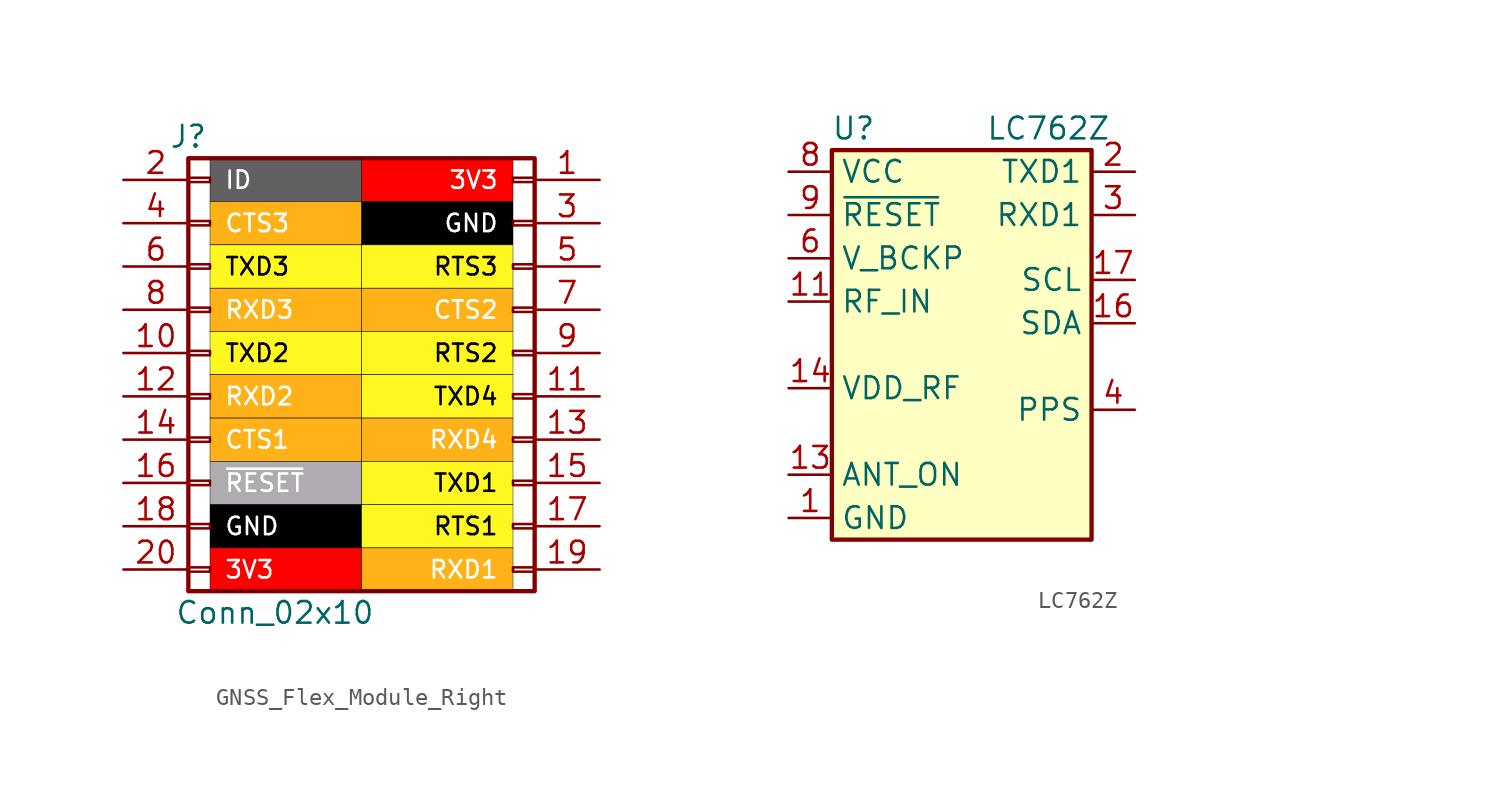
<source format=kicad_sym>
(kicad_symbol_lib
  (version 20241209)
  (generator "kicad_symbol_editor")
  (generator_version "9.0")
  (symbol "GNSS_Flex_Module_Right"
    (pin_names
      (offset 1.016)
      (hide yes))
    (property "Reference" "J"
      (at -10.16 12.7 0)
      (effects (font (size 1.27 1.27))))
    (property "Value" "Conn_02x10"
      (at -5.08 -15.24 0)
      (effects (font (size 1.27 1.27))))
    (symbol "GNSS_Flex_Module_Right_1_1"
      (rectangle (start -10.16 11.43) (end 10.16 -13.97) (stroke (width 0.254) (type default)) (fill (type none)))
      (rectangle (start -10.16 10.287) (end -8.89 10.033) (stroke (width 0.152) (type default)) (fill (type none)))
      (rectangle (start -10.16 7.747) (end -8.89 7.493) (stroke (width 0.152) (type default)) (fill (type none)))
      (rectangle (start -10.16 5.207) (end -8.89 4.953) (stroke (width 0.152) (type default)) (fill (type none)))
      (rectangle (start -10.16 2.667) (end -8.89 2.413) (stroke (width 0.152) (type default)) (fill (type none)))
      (rectangle (start -10.16 0.127) (end -8.89 -0.127) (stroke (width 0.152) (type default)) (fill (type none)))
      (rectangle (start -10.16 -2.413) (end -8.89 -2.667) (stroke (width 0.152) (type default)) (fill (type none)))
      (rectangle (start -10.16 -4.953) (end -8.89 -5.207) (stroke (width 0.152) (type default)) (fill (type none)))
      (rectangle (start -10.16 -7.493) (end -8.89 -7.747) (stroke (width 0.152) (type default)) (fill (type none)))
      (rectangle (start -10.16 -10.033) (end -8.89 -10.287) (stroke (width 0.152) (type default)) (fill (type none)))
      (rectangle (start -10.16 -12.573) (end -8.89 -12.827) (stroke (width 0.152) (type default)) (fill (type none)))
      (rectangle (start 8.89 10.287) (end 10.16 10.033) (stroke (width 0.152) (type default)) (fill (type none)))
      (rectangle (start 8.89 7.747) (end 10.16 7.493) (stroke (width 0.152) (type default)) (fill (type none)))
      (rectangle (start 8.89 5.207) (end 10.16 4.953) (stroke (width 0.152) (type default)) (fill (type none)))
      (rectangle (start 8.89 2.667) (end 10.16 2.413) (stroke (width 0.152) (type default)) (fill (type none)))
      (rectangle (start 8.89 0.127) (end 10.16 -0.127) (stroke (width 0.152) (type default)) (fill (type none)))
      (rectangle (start 8.89 -2.413) (end 10.16 -2.667) (stroke (width 0.152) (type default)) (fill (type none)))
      (rectangle (start 8.89 -4.953) (end 10.16 -5.207) (stroke (width 0.152) (type default)) (fill (type none)))
      (rectangle (start 8.89 -7.493) (end 10.16 -7.747) (stroke (width 0.152) (type default)) (fill (type none)))
      (rectangle (start 8.89 -10.033) (end 10.16 -10.287) (stroke (width 0.152) (type default)) (fill (type none)))
      (rectangle (start 8.89 -12.573) (end 10.16 -12.827) (stroke (width 0.152) (type default)) (fill (type none)))
      (text_box "ID" (at -8.89 11.43 0) (size 8.89 -2.54) (margins 0.813 0.813 0.813 0.813) (stroke (width 0.025) (type default) (color 0 0 1 1)) (fill (type color) (color 99 96 99 1)) (effects (font (size 1.016 1.016) (color 255 255 255 1)) (justify left)))
      (text_box "CTS3" (at -8.89 8.89 0) (size 8.89 -2.54) (margins 0.813 0.813 0.813 0.813) (stroke (width 0.025) (type default) (color 0 0 1 1)) (fill (type color) (color 255 178 23 1)) (effects (font (size 1.016 1.016) (color 255 255 255 1)) (justify left)))
      (text_box "TXD3" (at -8.89 6.35 0) (size 8.89 -2.54) (margins 0.813 0.813 0.813 0.813) (stroke (width 0.025) (type default) (color 0 0 1 1)) (fill (type color) (color 255 248 32 1)) (effects (font (size 1.016 1.016) (color 0 0 0 1)) (justify left)))
      (text_box "RXD3" (at -8.89 3.81 0) (size 8.89 -2.54) (margins 0.813 0.813 0.813 0.813) (stroke (width 0.025) (type default) (color 0 0 1 1)) (fill (type color) (color 255 178 23 1)) (effects (font (size 1.016 1.016) (color 255 255 255 1)) (justify left)))
      (text_box "TXD2" (at -8.89 1.27 0) (size 8.89 -2.54) (margins 0.813 0.813 0.813 0.813) (stroke (width 0.025) (type default) (color 0 0 1 1)) (fill (type color) (color 255 248 32 1)) (effects (font (size 1.016 1.016) (color 0 0 0 1)) (justify left)))
      (text_box "RXD2" (at -8.89 -1.27 0) (size 8.89 -2.54) (margins 0.813 0.813 0.813 0.813) (stroke (width 0.025) (type default) (color 0 0 1 1)) (fill (type color) (color 255 178 23 1)) (effects (font (size 1.016 1.016) (color 255 255 255 1)) (justify left)))
      (text_box "CTS1" (at -8.89 -3.81 0) (size 8.89 -2.54) (margins 0.813 0.813 0.813 0.813) (stroke (width 0.025) (type default) (color 0 0 1 1)) (fill (type color) (color 255 178 23 1)) (effects (font (size 1.016 1.016) (color 255 255 255 1)) (justify left)))
      (text_box "~{RESET}" (at -8.89 -6.35 0) (size 8.89 -2.54) (margins 0.813 0.813 0.813 0.813) (stroke (width 0.025) (type default) (color 0 0 1 1)) (fill (type color) (color 176 171 176 1)) (effects (font (size 1.016 1.016) (color 255 255 255 1)) (justify left)))
      (text_box "GND" (at -8.89 -8.89 0) (size 8.89 -2.54) (margins 0.813 0.813 0.813 0.813) (stroke (width 0.025) (type default) (color 0 0 1 1)) (fill (type color) (color 0 0 0 1)) (effects (font (size 1.016 1.016) (color 255 255 255 1)) (justify left)))
      (text_box "3V3" (at -8.89 -11.43 0) (size 8.89 -2.54) (margins 0.813 0.813 0.813 0.813) (stroke (width 0.025) (type default) (color 0 0 1 1)) (fill (type color) (color 255 0 0 1)) (effects (font (size 1.016 1.016) (color 255 255 255 1)) (justify left)))
      (text_box "3V3" (at 0 11.43 0) (size 8.89 -2.54) (margins 0.813 0.813 0.813 0.813) (stroke (width 0.025) (type default) (color 0 0 1 1)) (fill (type color) (color 255 0 0 1)) (effects (font (size 1.016 1.016) (color 255 255 255 1)) (justify right)))
      (text_box "GND" (at 0 8.89 0) (size 8.89 -2.54) (margins 0.813 0.813 0.813 0.813) (stroke (width 0.025) (type default) (color 0 0 1 1)) (fill (type color) (color 0 0 0 1)) (effects (font (size 1.016 1.016) (color 255 255 255 1)) (justify right)))
      (text_box "RTS3" (at 0 6.35 0) (size 8.89 -2.54) (margins 0.813 0.813 0.813 0.813) (stroke (width 0.025) (type default) (color 0 0 1 1)) (fill (type color) (color 255 248 32 1)) (effects (font (size 1.016 1.016) (color 0 0 0 1)) (justify right)))
      (text_box "CTS2" (at 0 3.81 0) (size 8.89 -2.54) (margins 0.813 0.813 0.813 0.813) (stroke (width 0.025) (type default) (color 0 0 1 1)) (fill (type color) (color 255 178 23 1)) (effects (font (size 1.016 1.016) (color 255 255 255 1)) (justify right)))
      (text_box "RTS2" (at 0 1.27 0) (size 8.89 -2.54) (margins 0.813 0.813 0.813 0.813) (stroke (width 0.025) (type default) (color 0 0 1 1)) (fill (type color) (color 255 248 32 1)) (effects (font (size 1.016 1.016) (color 0 0 0 1)) (justify right)))
      (text_box "TXD4" (at 0 -1.27 0) (size 8.89 -2.54) (margins 0.813 0.813 0.813 0.813) (stroke (width 0.025) (type default) (color 0 0 1 1)) (fill (type color) (color 255 248 32 1)) (effects (font (size 1.016 1.016) (color 0 0 0 1)) (justify right)))
      (text_box "RXD4" (at 0 -3.81 0) (size 8.89 -2.54) (margins 0.813 0.813 0.813 0.813) (stroke (width 0.025) (type default) (color 0 0 1 1)) (fill (type color) (color 255 178 23 1)) (effects (font (size 1.016 1.016) (color 255 255 255 1)) (justify right)))
      (text_box "TXD1" (at 0 -6.35 0) (size 8.89 -2.54) (margins 0.813 0.813 0.813 0.813) (stroke (width 0.025) (type default) (color 0 0 1 1)) (fill (type color) (color 255 248 32 1)) (effects (font (size 1.016 1.016) (color 0 0 0 1)) (justify right)))
      (text_box "RTS1" (at 0 -8.89 0) (size 8.89 -2.54) (margins 0.813 0.813 0.813 0.813) (stroke (width 0.025) (type default) (color 0 0 1 1)) (fill (type color) (color 255 248 32 1)) (effects (font (size 1.016 1.016) (color 0 0 0 1)) (justify right)))
      (text_box "RXD1" (at 0 -11.43 0) (size 8.89 -2.54) (margins 0.813 0.813 0.813 0.813) (stroke (width 0.025) (type default) (color 0 0 1 1)) (fill (type color) (color 255 178 23 1)) (effects (font (size 1.016 1.016) (color 255 255 255 1)) (justify right)))
      (pin passive line (at -13.97 10.16 0) (length 3.81) (name "Pin_2" (effects (font (size 1.27 1.27)))) (number "2" (effects (font (size 1.27 1.27)))))
      (pin passive line (at -13.97 7.62 0) (length 3.81) (name "Pin_4" (effects (font (size 1.27 1.27)))) (number "4" (effects (font (size 1.27 1.27)))))
      (pin passive line (at -13.97 5.08 0) (length 3.81) (name "Pin_6" (effects (font (size 1.27 1.27)))) (number "6" (effects (font (size 1.27 1.27)))))
      (pin passive line (at -13.97 2.54 0) (length 3.81) (name "Pin_8" (effects (font (size 1.27 1.27)))) (number "8" (effects (font (size 1.27 1.27)))))
      (pin passive line (at -13.97 0 0) (length 3.81) (name "Pin_10" (effects (font (size 1.27 1.27)))) (number "10" (effects (font (size 1.27 1.27)))))
      (pin passive line (at -13.97 -2.54 0) (length 3.81) (name "Pin_12" (effects (font (size 1.27 1.27)))) (number "12" (effects (font (size 1.27 1.27)))))
      (pin passive line (at -13.97 -5.08 0) (length 3.81) (name "Pin_14" (effects (font (size 1.27 1.27)))) (number "14" (effects (font (size 1.27 1.27)))))
      (pin passive line (at -13.97 -7.62 0) (length 3.81) (name "Pin_16" (effects (font (size 1.27 1.27)))) (number "16" (effects (font (size 1.27 1.27)))))
      (pin passive line (at -13.97 -10.16 0) (length 3.81) (name "Pin_18" (effects (font (size 1.27 1.27)))) (number "18" (effects (font (size 1.27 1.27)))))
      (pin passive line (at -13.97 -12.7 0) (length 3.81) (name "Pin_20" (effects (font (size 1.27 1.27)))) (number "20" (effects (font (size 1.27 1.27)))))
      (pin passive line (at 13.97 10.16 180) (length 3.81) (name "Pin_1" (effects (font (size 1.27 1.27)))) (number "1" (effects (font (size 1.27 1.27)))))
      (pin passive line (at 13.97 7.62 180) (length 3.81) (name "Pin_3" (effects (font (size 1.27 1.27)))) (number "3" (effects (font (size 1.27 1.27)))))
      (pin passive line (at 13.97 5.08 180) (length 3.81) (name "Pin_5" (effects (font (size 1.27 1.27)))) (number "5" (effects (font (size 1.27 1.27)))))
      (pin passive line (at 13.97 2.54 180) (length 3.81) (name "Pin_7" (effects (font (size 1.27 1.27)))) (number "7" (effects (font (size 1.27 1.27)))))
      (pin passive line (at 13.97 0 180) (length 3.81) (name "Pin_9" (effects (font (size 1.27 1.27)))) (number "9" (effects (font (size 1.27 1.27)))))
      (pin passive line (at 13.97 -2.54 180) (length 3.81) (name "Pin_11" (effects (font (size 1.27 1.27)))) (number "11" (effects (font (size 1.27 1.27)))))
      (pin passive line (at 13.97 -5.08 180) (length 3.81) (name "Pin_13" (effects (font (size 1.27 1.27)))) (number "13" (effects (font (size 1.27 1.27)))))
      (pin passive line (at 13.97 -7.62 180) (length 3.81) (name "Pin_15" (effects (font (size 1.27 1.27)))) (number "15" (effects (font (size 1.27 1.27)))))
      (pin passive line (at 13.97 -10.16 180) (length 3.81) (name "Pin_17" (effects (font (size 1.27 1.27)))) (number "17" (effects (font (size 1.27 1.27)))))
      (pin passive line (at 13.97 -12.7 180) (length 3.81) (name "Pin_19" (effects (font (size 1.27 1.27)))) (number "19" (effects (font (size 1.27 1.27)))))))
  (symbol "LC762Z"
    (property "Reference" "U"
      (at -6.35 12.7 0)
      (effects (font (size 1.27 1.27))))
    (property "Value" "LC762Z"
      (at 5.08 12.7 0)
      (effects (font (size 1.27 1.27))))
    (symbol "LC762Z_0_1"
      (rectangle (start -7.62 11.43) (end 7.62 -11.43) (stroke (width 0.254) (type default)) (fill (type background))))
    (symbol "LC762Z_1_1"
      (pin power_in line (at -10.16 10.16 0) (length 2.54) (name "VCC" (effects (font (size 1.27 1.27)))) (number "8" (effects (font (size 1.27 1.27)))))
      (pin input line (at -10.16 7.62 0) (length 2.54) (name "~{RESET}" (effects (font (size 1.27 1.27)))) (number "9" (effects (font (size 1.27 1.27)))))
      (pin power_in line (at -10.16 5.08 0) (length 2.54) (name "V_BCKP" (effects (font (size 1.27 1.27)))) (number "6" (effects (font (size 1.27 1.27)))))
      (pin input line (at -10.16 2.54 0) (length 2.54) (name "RF_IN" (effects (font (size 1.27 1.27)))) (number "11" (effects (font (size 1.27 1.27)))))
      (pin power_out line (at -10.16 -2.54 0) (length 2.54) (name "VDD_RF" (effects (font (size 1.27 1.27)))) (number "14" (effects (font (size 1.27 1.27)))))
      (pin output line (at -10.16 -7.62 0) (length 2.54) (name "ANT_ON" (effects (font (size 1.27 1.27)))) (number "13" (effects (font (size 1.27 1.27)))))
      (pin power_in line (at -10.16 -10.16 0) (length 2.54) (name "GND" (effects (font (size 1.27 1.27)))) (number "1" (effects (font (size 1.27 1.27)))))
      (pin passive line (at -10.16 -10.16 0) (length 2.54) (hide yes) (name "GND" (effects (font (size 1.27 1.27)))) (number "10" (effects (font (size 1.27 1.27)))))
      (pin passive line (at -10.16 -10.16 0) (length 2.54) (hide yes) (name "GND" (effects (font (size 1.27 1.27)))) (number "12" (effects (font (size 1.27 1.27)))))
      (pin output line (at 10.16 10.16 180) (length 2.54) (name "TXD1" (effects (font (size 1.27 1.27)))) (number "2" (effects (font (size 1.27 1.27)))))
      (pin input line (at 10.16 7.62 180) (length 2.54) (name "RXD1" (effects (font (size 1.27 1.27)))) (number "3" (effects (font (size 1.27 1.27)))))
      (pin bidirectional line (at 10.16 3.81 180) (length 2.54) (name "SCL" (effects (font (size 1.27 1.27)))) (number "17" (effects (font (size 1.27 1.27)))))
      (pin bidirectional line (at 10.16 1.27 180) (length 2.54) (name "SDA" (effects (font (size 1.27 1.27)))) (number "16" (effects (font (size 1.27 1.27)))))
      (pin output line (at 10.16 -3.81 180) (length 2.54) (name "PPS" (effects (font (size 1.27 1.27)))) (number "4" (effects (font (size 1.27 1.27)))))
      (pin no_connect line (at 24.13 5.08 180) (length 2.54) (hide yes) (name "NC" (effects (font (size 1.27 1.27)))) (number "5" (effects (font (size 1.27 1.27)))))
      (pin no_connect line (at 24.13 2.54 180) (length 2.54) (hide yes) (name "NC" (effects (font (size 1.27 1.27)))) (number "7" (effects (font (size 1.27 1.27)))))
      (pin no_connect line (at 24.13 0 180) (length 2.54) (hide yes) (name "NC" (effects (font (size 1.27 1.27)))) (number "15" (effects (font (size 1.27 1.27)))))
      (pin no_connect line (at 24.13 -2.54 180) (length 2.54) (hide yes) (name "NC" (effects (font (size 1.27 1.27)))) (number "18" (effects (font (size 1.27 1.27))))))))
</source>
